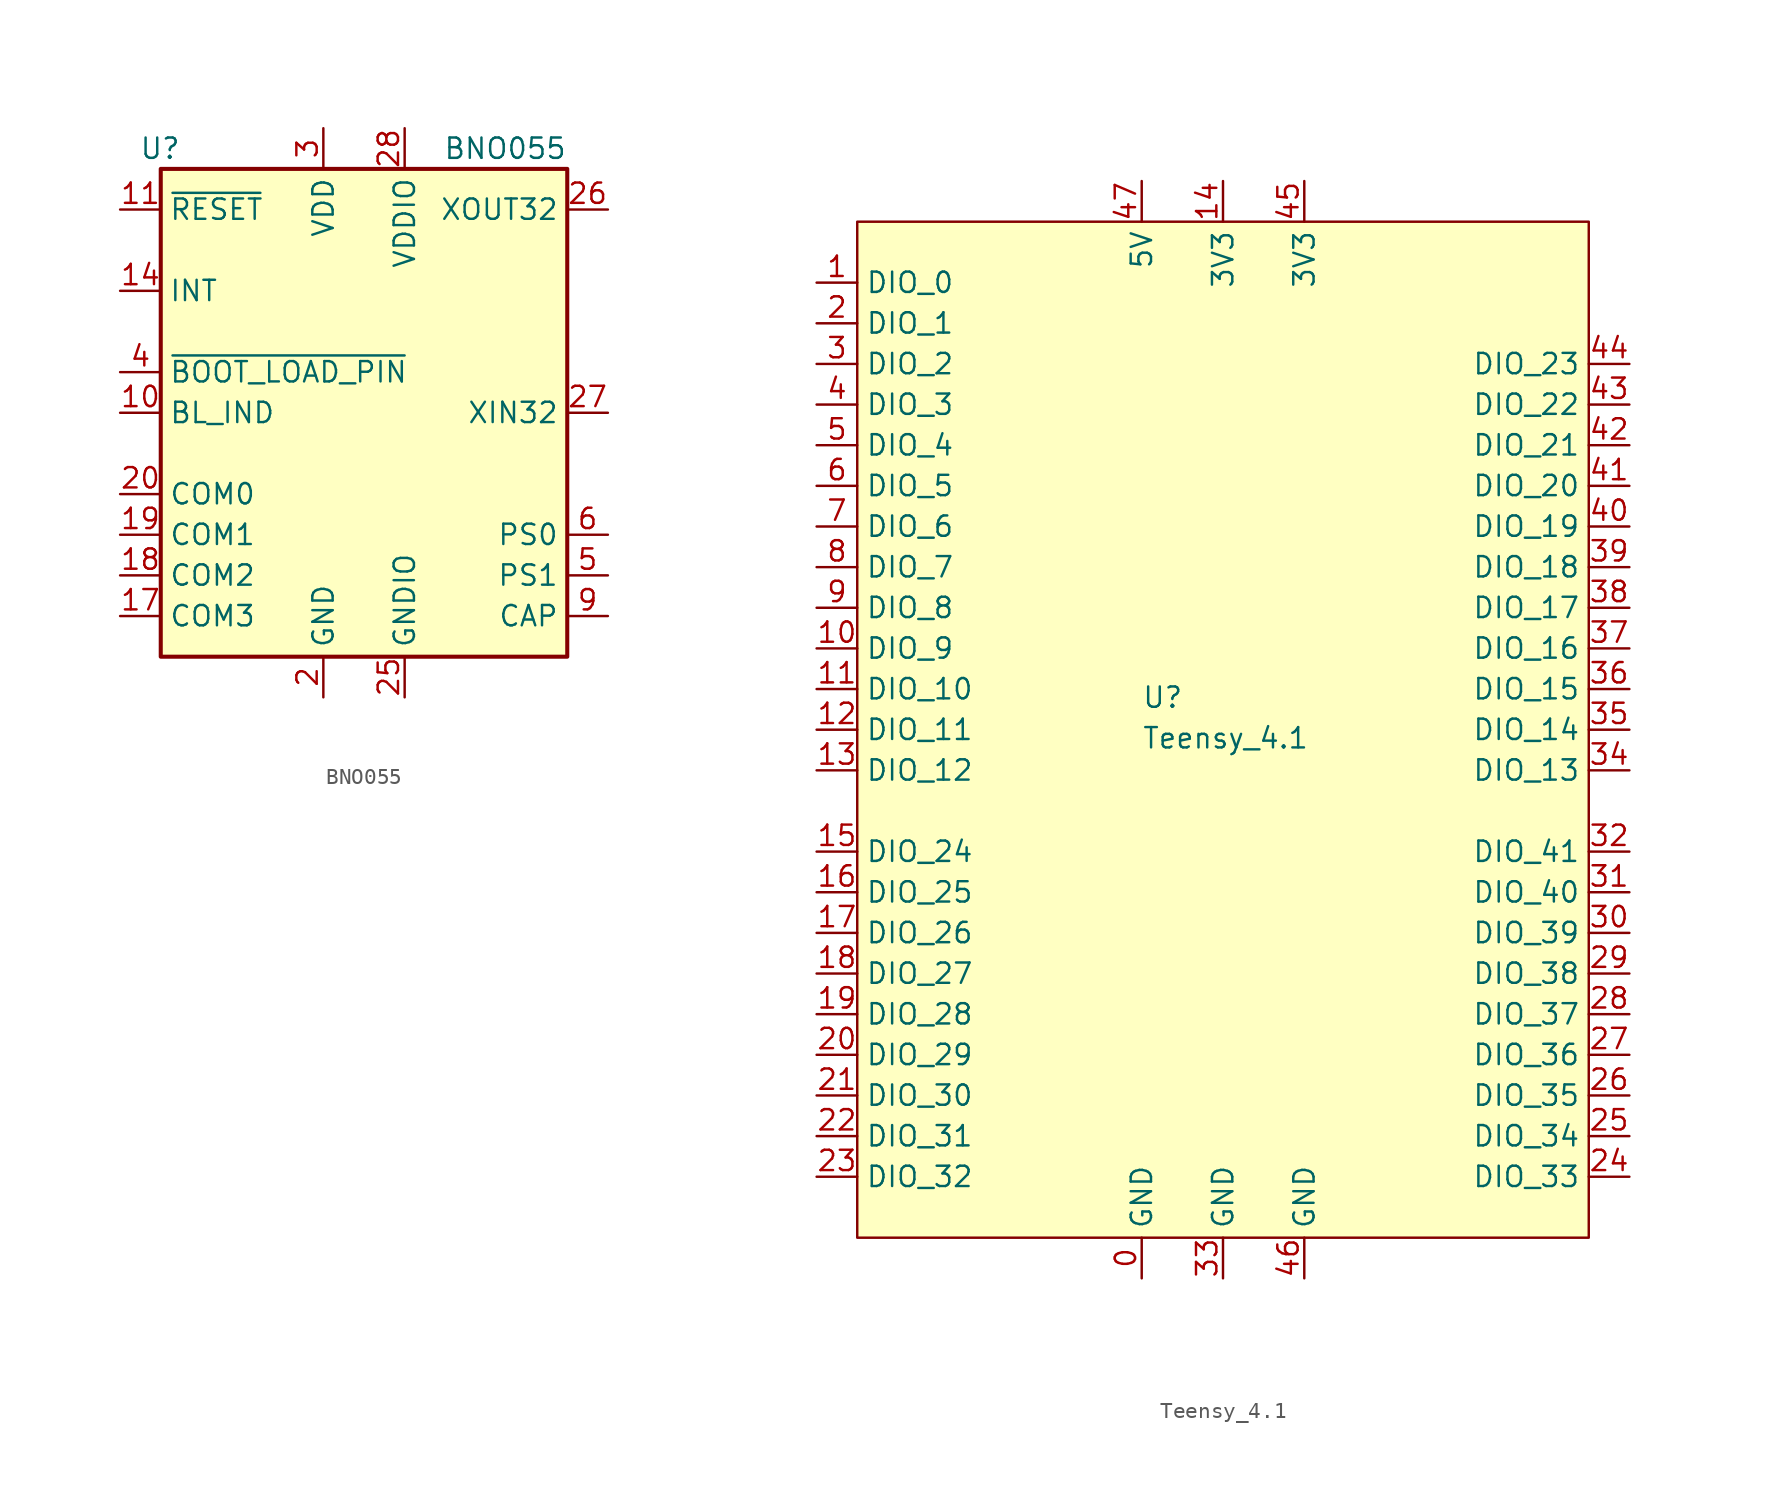
<source format=kicad_sym>
(kicad_symbol_lib
  (version 20211014)
  (generator kicad_symbol_editor)
  (symbol "BNO055"
    (property "Reference" "U"
      (at -11.43 16.51 0)
      (effects (font (size 1.27 1.27)) (justify right)))
    (property "Value" "BNO055"
      (at 12.7 16.51 0)
      (effects (font (size 1.27 1.27)) (justify right)))
    (symbol "BNO055_0_1"
      (rectangle (start -12.7 15.24) (end 12.7 -15.24) (stroke (width 0.254) (type default) (color 0 0 0 0)) (fill (type background))))
    (symbol "BNO055_1_1"
      (pin no_connect line (at -12.7 10.16 0) (length 2.54) hide (name "PIN1" (effects (font (size 1.27 1.27)))) (number "1" (effects (font (size 1.27 1.27)))))
      (pin output line (at -15.24 0 0) (length 2.54) (name "BL_IND" (effects (font (size 1.27 1.27)))) (number "10" (effects (font (size 1.27 1.27)))))
      (pin input line (at -15.24 12.7 0) (length 2.54) (name "~{RESET}" (effects (font (size 1.27 1.27)))) (number "11" (effects (font (size 1.27 1.27)))))
      (pin no_connect line (at 12.7 10.16 180) (length 2.54) hide (name "PIN12" (effects (font (size 1.27 1.27)))) (number "12" (effects (font (size 1.27 1.27)))))
      (pin no_connect line (at 12.7 7.62 180) (length 2.54) hide (name "PIN13" (effects (font (size 1.27 1.27)))) (number "13" (effects (font (size 1.27 1.27)))))
      (pin output line (at -15.24 7.62 0) (length 2.54) (name "INT" (effects (font (size 1.27 1.27)))) (number "14" (effects (font (size 1.27 1.27)))))
      (pin passive line (at 2.54 -17.78 90) (length 2.54) hide (name "GNDIO" (effects (font (size 1.27 1.27)))) (number "15" (effects (font (size 1.27 1.27)))))
      (pin passive line (at 2.54 -17.78 90) (length 2.54) hide (name "GNDIO" (effects (font (size 1.27 1.27)))) (number "16" (effects (font (size 1.27 1.27)))))
      (pin input line (at -15.24 -12.7 0) (length 2.54) (name "COM3" (effects (font (size 1.27 1.27)))) (number "17" (effects (font (size 1.27 1.27)))))
      (pin bidirectional line (at -15.24 -10.16 0) (length 2.54) (name "COM2" (effects (font (size 1.27 1.27)))) (number "18" (effects (font (size 1.27 1.27)))))
      (pin bidirectional line (at -15.24 -7.62 0) (length 2.54) (name "COM1" (effects (font (size 1.27 1.27)))) (number "19" (effects (font (size 1.27 1.27)))))
      (pin power_in line (at -2.54 -17.78 90) (length 2.54) (name "GND" (effects (font (size 1.27 1.27)))) (number "2" (effects (font (size 1.27 1.27)))))
      (pin bidirectional line (at -15.24 -5.08 0) (length 2.54) (name "COM0" (effects (font (size 1.27 1.27)))) (number "20" (effects (font (size 1.27 1.27)))))
      (pin no_connect line (at 12.7 5.08 180) (length 2.54) hide (name "PIN21" (effects (font (size 1.27 1.27)))) (number "21" (effects (font (size 1.27 1.27)))))
      (pin no_connect line (at 12.7 2.54 180) (length 2.54) hide (name "PIN22" (effects (font (size 1.27 1.27)))) (number "22" (effects (font (size 1.27 1.27)))))
      (pin no_connect line (at 12.7 -2.54 180) (length 2.54) hide (name "PIN23" (effects (font (size 1.27 1.27)))) (number "23" (effects (font (size 1.27 1.27)))))
      (pin no_connect line (at 12.7 -5.08 180) (length 2.54) hide (name "PIN24" (effects (font (size 1.27 1.27)))) (number "24" (effects (font (size 1.27 1.27)))))
      (pin power_in line (at 2.54 -17.78 90) (length 2.54) (name "GNDIO" (effects (font (size 1.27 1.27)))) (number "25" (effects (font (size 1.27 1.27)))))
      (pin output line (at 15.24 12.7 180) (length 2.54) (name "XOUT32" (effects (font (size 1.27 1.27)))) (number "26" (effects (font (size 1.27 1.27)))))
      (pin input line (at 15.24 0 180) (length 2.54) (name "XIN32" (effects (font (size 1.27 1.27)))) (number "27" (effects (font (size 1.27 1.27)))))
      (pin power_in line (at 2.54 17.78 270) (length 2.54) (name "VDDIO" (effects (font (size 1.27 1.27)))) (number "28" (effects (font (size 1.27 1.27)))))
      (pin power_in line (at -2.54 17.78 270) (length 2.54) (name "VDD" (effects (font (size 1.27 1.27)))) (number "3" (effects (font (size 1.27 1.27)))))
      (pin input line (at -15.24 2.54 0) (length 2.54) (name "~{BOOT_LOAD_PIN}" (effects (font (size 1.27 1.27)))) (number "4" (effects (font (size 1.27 1.27)))))
      (pin input line (at 15.24 -10.16 180) (length 2.54) (name "PS1" (effects (font (size 1.27 1.27)))) (number "5" (effects (font (size 1.27 1.27)))))
      (pin input line (at 15.24 -7.62 180) (length 2.54) (name "PS0" (effects (font (size 1.27 1.27)))) (number "6" (effects (font (size 1.27 1.27)))))
      (pin no_connect line (at -12.7 5.08 0) (length 2.54) hide (name "PIN7" (effects (font (size 1.27 1.27)))) (number "7" (effects (font (size 1.27 1.27)))))
      (pin no_connect line (at -12.7 -2.54 0) (length 2.54) hide (name "PIN8" (effects (font (size 1.27 1.27)))) (number "8" (effects (font (size 1.27 1.27)))))
      (pin passive line (at 15.24 -12.7 180) (length 2.54) (name "CAP" (effects (font (size 1.27 1.27)))) (number "9" (effects (font (size 1.27 1.27)))))))
  (symbol "Teensy_4.1"
    (property "Reference" "U"
      (at -5.08 0 0)
      (effects (font (size 1.27 1.27)) (justify left bottom)))
    (property "Value" "Teensy_4.1"
      (at -5.08 -2.54 0)
      (effects (font (size 1.27 1.27)) (justify left bottom)))
    (symbol "Teensy_4.1_0_1"
      (rectangle (start -22.86 30.48) (end 22.86 -33.02) (stroke (width 0) (type default) (color 0 0 0 0)) (fill (type background))))
    (symbol "Teensy_4.1_1_1"
      (pin passive line (at -5.08 -35.56 90) (length 2.54) (name "GND" (effects (font (size 1.27 1.27)))) (number "0" (effects (font (size 1.27 1.27)))))
      (pin bidirectional line (at -25.4 26.67 0) (length 2.54) (name "DIO_0" (effects (font (size 1.27 1.27)))) (number "1" (effects (font (size 1.27 1.27)))))
      (pin bidirectional line (at -25.4 3.81 0) (length 2.54) (name "DIO_9" (effects (font (size 1.27 1.27)))) (number "10" (effects (font (size 1.27 1.27)))))
      (pin bidirectional line (at -25.4 1.27 0) (length 2.54) (name "DIO_10" (effects (font (size 1.27 1.27)))) (number "11" (effects (font (size 1.27 1.27)))))
      (pin bidirectional line (at -25.4 -1.27 0) (length 2.54) (name "DIO_11" (effects (font (size 1.27 1.27)))) (number "12" (effects (font (size 1.27 1.27)))))
      (pin bidirectional line (at -25.4 -3.81 0) (length 2.54) (name "DIO_12" (effects (font (size 1.27 1.27)))) (number "13" (effects (font (size 1.27 1.27)))))
      (pin power_out line (at 0 33.02 270) (length 2.54) (name "3V3" (effects (font (size 1.27 1.27)))) (number "14" (effects (font (size 1.27 1.27)))))
      (pin bidirectional line (at -25.4 -8.89 0) (length 2.54) (name "DIO_24" (effects (font (size 1.27 1.27)))) (number "15" (effects (font (size 1.27 1.27)))))
      (pin bidirectional line (at -25.4 -11.43 0) (length 2.54) (name "DIO_25" (effects (font (size 1.27 1.27)))) (number "16" (effects (font (size 1.27 1.27)))))
      (pin bidirectional line (at -25.4 -13.97 0) (length 2.54) (name "DIO_26" (effects (font (size 1.27 1.27)))) (number "17" (effects (font (size 1.27 1.27)))))
      (pin bidirectional line (at -25.4 -16.51 0) (length 2.54) (name "DIO_27" (effects (font (size 1.27 1.27)))) (number "18" (effects (font (size 1.27 1.27)))))
      (pin bidirectional line (at -25.4 -19.05 0) (length 2.54) (name "DIO_28" (effects (font (size 1.27 1.27)))) (number "19" (effects (font (size 1.27 1.27)))))
      (pin bidirectional line (at -25.4 24.13 0) (length 2.54) (name "DIO_1" (effects (font (size 1.27 1.27)))) (number "2" (effects (font (size 1.27 1.27)))))
      (pin bidirectional line (at -25.4 -21.59 0) (length 2.54) (name "DIO_29" (effects (font (size 1.27 1.27)))) (number "20" (effects (font (size 1.27 1.27)))))
      (pin bidirectional line (at -25.4 -24.13 0) (length 2.54) (name "DIO_30" (effects (font (size 1.27 1.27)))) (number "21" (effects (font (size 1.27 1.27)))))
      (pin bidirectional line (at -25.4 -26.67 0) (length 2.54) (name "DIO_31" (effects (font (size 1.27 1.27)))) (number "22" (effects (font (size 1.27 1.27)))))
      (pin bidirectional line (at -25.4 -29.21 0) (length 2.54) (name "DIO_32" (effects (font (size 1.27 1.27)))) (number "23" (effects (font (size 1.27 1.27)))))
      (pin bidirectional line (at 25.4 -29.21 180) (length 2.54) (name "DIO_33" (effects (font (size 1.27 1.27)))) (number "24" (effects (font (size 1.27 1.27)))))
      (pin bidirectional line (at 25.4 -26.67 180) (length 2.54) (name "DIO_34" (effects (font (size 1.27 1.27)))) (number "25" (effects (font (size 1.27 1.27)))))
      (pin bidirectional line (at 25.4 -24.13 180) (length 2.54) (name "DIO_35" (effects (font (size 1.27 1.27)))) (number "26" (effects (font (size 1.27 1.27)))))
      (pin bidirectional line (at 25.4 -21.59 180) (length 2.54) (name "DIO_36" (effects (font (size 1.27 1.27)))) (number "27" (effects (font (size 1.27 1.27)))))
      (pin bidirectional line (at 25.4 -19.05 180) (length 2.54) (name "DIO_37" (effects (font (size 1.27 1.27)))) (number "28" (effects (font (size 1.27 1.27)))))
      (pin bidirectional line (at 25.4 -16.51 180) (length 2.54) (name "DIO_38" (effects (font (size 1.27 1.27)))) (number "29" (effects (font (size 1.27 1.27)))))
      (pin bidirectional line (at -25.4 21.59 0) (length 2.54) (name "DIO_2" (effects (font (size 1.27 1.27)))) (number "3" (effects (font (size 1.27 1.27)))))
      (pin bidirectional line (at 25.4 -13.97 180) (length 2.54) (name "DIO_39" (effects (font (size 1.27 1.27)))) (number "30" (effects (font (size 1.27 1.27)))))
      (pin bidirectional line (at 25.4 -11.43 180) (length 2.54) (name "DIO_40" (effects (font (size 1.27 1.27)))) (number "31" (effects (font (size 1.27 1.27)))))
      (pin bidirectional line (at 25.4 -8.89 180) (length 2.54) (name "DIO_41" (effects (font (size 1.27 1.27)))) (number "32" (effects (font (size 1.27 1.27)))))
      (pin passive line (at 0 -35.56 90) (length 2.54) (name "GND" (effects (font (size 1.27 1.27)))) (number "33" (effects (font (size 1.27 1.27)))))
      (pin bidirectional line (at 25.4 -3.81 180) (length 2.54) (name "DIO_13" (effects (font (size 1.27 1.27)))) (number "34" (effects (font (size 1.27 1.27)))))
      (pin bidirectional line (at 25.4 -1.27 180) (length 2.54) (name "DIO_14" (effects (font (size 1.27 1.27)))) (number "35" (effects (font (size 1.27 1.27)))))
      (pin bidirectional line (at 25.4 1.27 180) (length 2.54) (name "DIO_15" (effects (font (size 1.27 1.27)))) (number "36" (effects (font (size 1.27 1.27)))))
      (pin bidirectional line (at 25.4 3.81 180) (length 2.54) (name "DIO_16" (effects (font (size 1.27 1.27)))) (number "37" (effects (font (size 1.27 1.27)))))
      (pin bidirectional line (at 25.4 6.35 180) (length 2.54) (name "DIO_17" (effects (font (size 1.27 1.27)))) (number "38" (effects (font (size 1.27 1.27)))))
      (pin bidirectional line (at 25.4 8.89 180) (length 2.54) (name "DIO_18" (effects (font (size 1.27 1.27)))) (number "39" (effects (font (size 1.27 1.27)))))
      (pin bidirectional line (at -25.4 19.05 0) (length 2.54) (name "DIO_3" (effects (font (size 1.27 1.27)))) (number "4" (effects (font (size 1.27 1.27)))))
      (pin bidirectional line (at 25.4 11.43 180) (length 2.54) (name "DIO_19" (effects (font (size 1.27 1.27)))) (number "40" (effects (font (size 1.27 1.27)))))
      (pin bidirectional line (at 25.4 13.97 180) (length 2.54) (name "DIO_20" (effects (font (size 1.27 1.27)))) (number "41" (effects (font (size 1.27 1.27)))))
      (pin bidirectional line (at 25.4 16.51 180) (length 2.54) (name "DIO_21" (effects (font (size 1.27 1.27)))) (number "42" (effects (font (size 1.27 1.27)))))
      (pin bidirectional line (at 25.4 19.05 180) (length 2.54) (name "DIO_22" (effects (font (size 1.27 1.27)))) (number "43" (effects (font (size 1.27 1.27)))))
      (pin bidirectional line (at 25.4 21.59 180) (length 2.54) (name "DIO_23" (effects (font (size 1.27 1.27)))) (number "44" (effects (font (size 1.27 1.27)))))
      (pin power_out line (at 5.08 33.02 270) (length 2.54) (name "3V3" (effects (font (size 1.27 1.27)))) (number "45" (effects (font (size 1.27 1.27)))))
      (pin passive line (at 5.08 -35.56 90) (length 2.54) (name "GND" (effects (font (size 1.27 1.27)))) (number "46" (effects (font (size 1.27 1.27)))))
      (pin power_in line (at -5.08 33.02 270) (length 2.54) (name "5V" (effects (font (size 1.27 1.27)))) (number "47" (effects (font (size 1.27 1.27)))))
      (pin bidirectional line (at -25.4 16.51 0) (length 2.54) (name "DIO_4" (effects (font (size 1.27 1.27)))) (number "5" (effects (font (size 1.27 1.27)))))
      (pin bidirectional line (at -25.4 13.97 0) (length 2.54) (name "DIO_5" (effects (font (size 1.27 1.27)))) (number "6" (effects (font (size 1.27 1.27)))))
      (pin bidirectional line (at -25.4 11.43 0) (length 2.54) (name "DIO_6" (effects (font (size 1.27 1.27)))) (number "7" (effects (font (size 1.27 1.27)))))
      (pin bidirectional line (at -25.4 8.89 0) (length 2.54) (name "DIO_7" (effects (font (size 1.27 1.27)))) (number "8" (effects (font (size 1.27 1.27)))))
      (pin bidirectional line (at -25.4 6.35 0) (length 2.54) (name "DIO_8" (effects (font (size 1.27 1.27)))) (number "9" (effects (font (size 1.27 1.27))))))))
</source>
